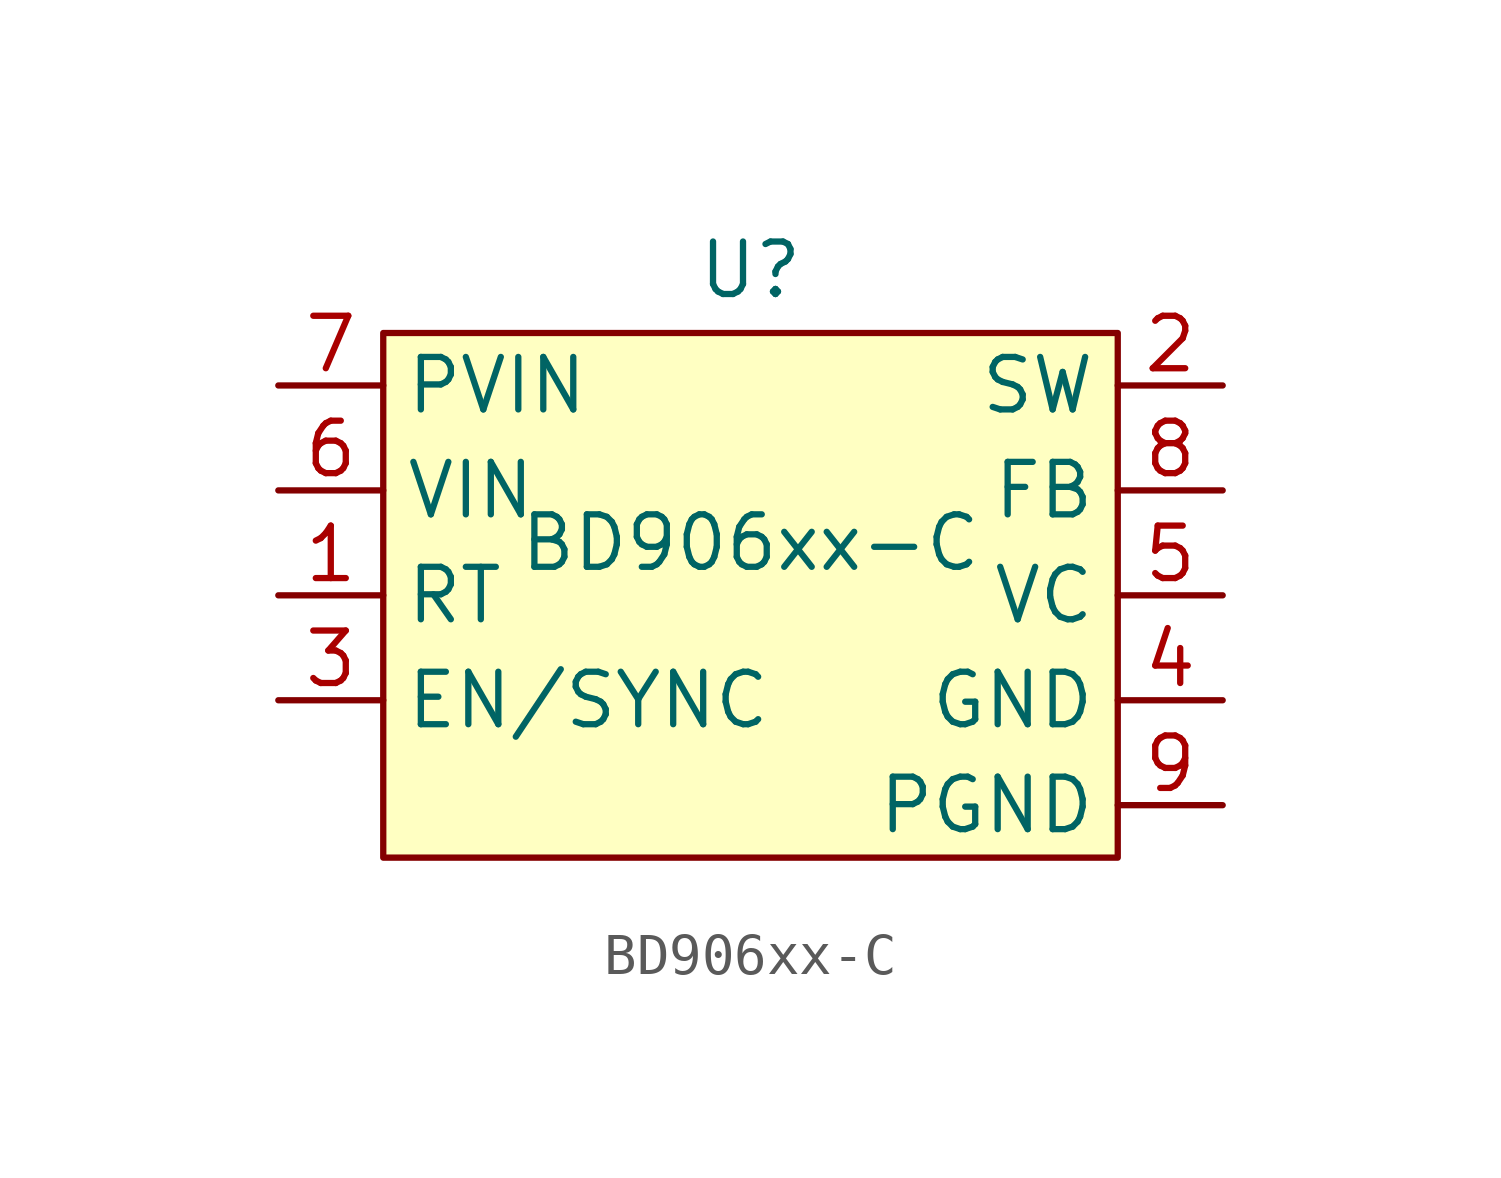
<source format=kicad_sym>
(kicad_symbol_lib
  (version 20241209)
  (generator "kicad_symbol_editor")
  (generator_version "9.0")
  (symbol "BD906xx-C"
    (property "Reference" "U"
      (at 0 7.874 0)
      (effects (font (size 1.27 1.27))))
    (property "Value" "BD906xx-C"
      (at 0 1.27 0)
      (effects (font (size 1.27 1.27))))
    (symbol "BD906xx-C_1_1"
      (rectangle (start -8.89 6.35) (end 8.89 -6.35) (stroke (width 0) (type solid)) (fill (type background)))
      (pin power_in line (at -11.43 5.08 0) (length 2.54) (name "PVIN" (effects (font (size 1.27 1.27)))) (number "7" (effects (font (size 1.27 1.27)))))
      (pin power_in line (at -11.43 2.54 0) (length 2.54) (name "VIN" (effects (font (size 1.27 1.27)))) (number "6" (effects (font (size 1.27 1.27)))))
      (pin input line (at -11.43 0 0) (length 2.54) (name "RT" (effects (font (size 1.27 1.27)))) (number "1" (effects (font (size 1.27 1.27)))))
      (pin input line (at -11.43 -2.54 0) (length 2.54) (name "EN/SYNC" (effects (font (size 1.27 1.27)))) (number "3" (effects (font (size 1.27 1.27)))))
      (pin output line (at 11.43 5.08 180) (length 2.54) (name "SW" (effects (font (size 1.27 1.27)))) (number "2" (effects (font (size 1.27 1.27)))))
      (pin input line (at 11.43 2.54 180) (length 2.54) (name "FB" (effects (font (size 1.27 1.27)))) (number "8" (effects (font (size 1.27 1.27)))))
      (pin passive line (at 11.43 0 180) (length 2.54) (name "VC" (effects (font (size 1.27 1.27)))) (number "5" (effects (font (size 1.27 1.27)))))
      (pin passive line (at 11.43 -2.54 180) (length 2.54) (name "GND" (effects (font (size 1.27 1.27)))) (number "4" (effects (font (size 1.27 1.27)))))
      (pin passive line (at 11.43 -5.08 180) (length 2.54) (name "PGND" (effects (font (size 1.27 1.27)))) (number "9" (effects (font (size 1.27 1.27))))))))
</source>
